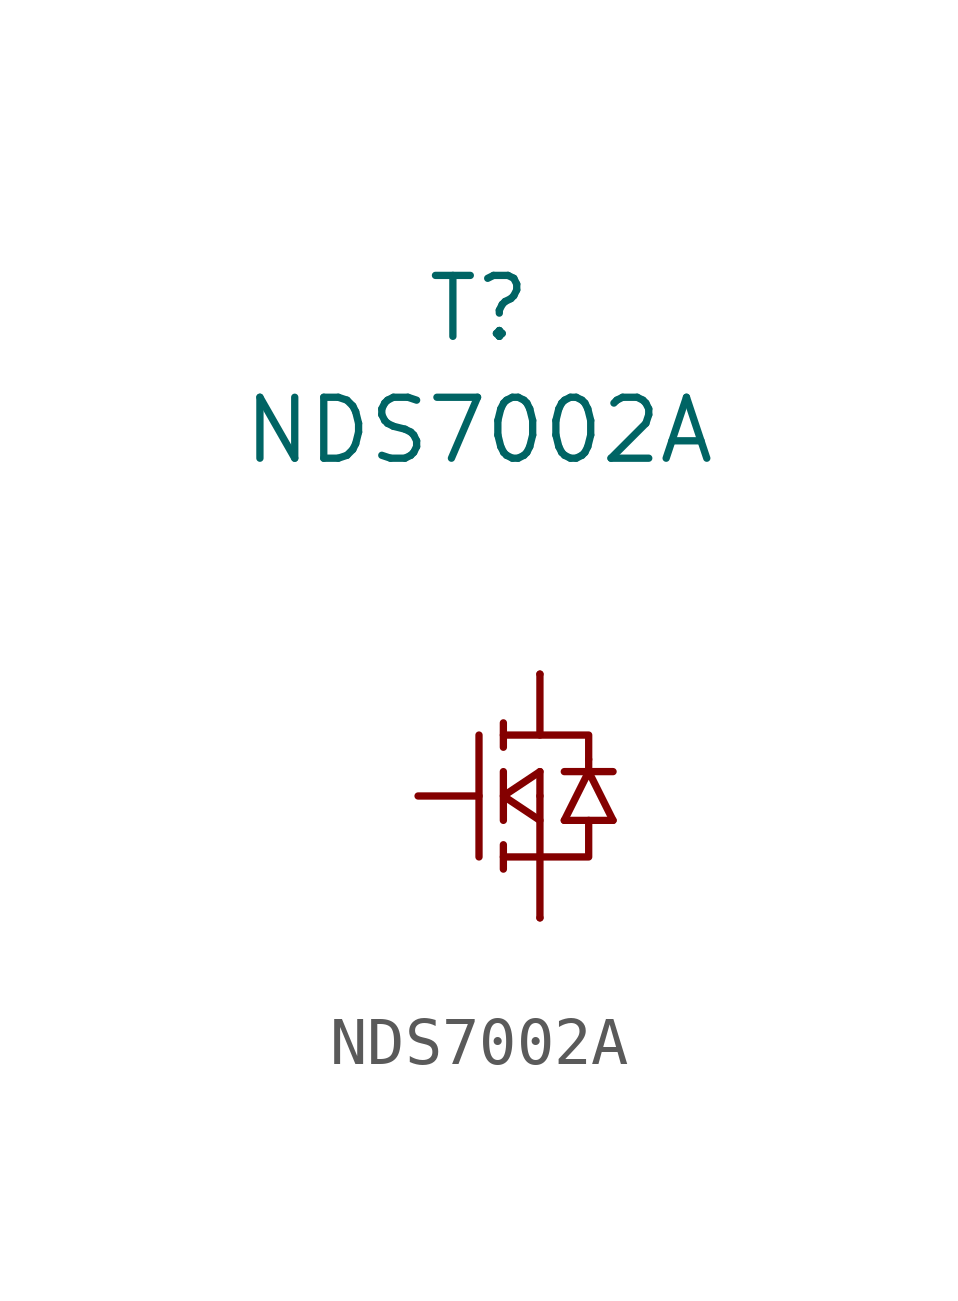
<source format=kicad_sym>
(kicad_symbol_lib
  (version 20220914)
  (generator kicad_symbol_editor)
  (symbol "NDS7002A"
    (pin_numbers hide)
    (pin_names
      (offset 1.016) hide)
    (property "Reference" "T"
      (at -1.27 10.16 0)
      (effects (font (size 1.27 1.27))))
    (property "Value" "NDS7002A"
      (at -1.27 7.62 0)
      (effects (font (size 1.27 1.27))))
    (symbol "NDS7002A_0_1"
      (polyline (pts (xy -1.27 1.27) (xy -1.27 -1.27)) (stroke (width 0) (type solid)) (fill (type none)))
      (polyline (pts (xy -0.762 -1.016) (xy -0.762 -1.524)) (stroke (width 0) (type solid)) (fill (type none)))
      (polyline (pts (xy -0.762 0.508) (xy -0.762 -0.508)) (stroke (width 0) (type solid)) (fill (type none)))
      (polyline (pts (xy -0.762 1.524) (xy -0.762 1.016)) (stroke (width 0) (type solid)) (fill (type none)))
      (polyline (pts (xy 0 -1.27) (xy 0 -2.54)) (stroke (width 0) (type solid)) (fill (type none)))
      (polyline (pts (xy 0 0) (xy 0 -1.27)) (stroke (width 0) (type solid)) (fill (type none)))
      (polyline (pts (xy 0 0) (xy 0 0.508)) (stroke (width 0) (type solid)) (fill (type none)))
      (polyline (pts (xy 0 1.27) (xy 0 2.54)) (stroke (width 0) (type solid)) (fill (type none)))
      (polyline (pts (xy 0.508 -0.508) (xy 1.524 -0.508)) (stroke (width 0) (type solid)) (fill (type none)))
      (polyline (pts (xy 0.508 0.508) (xy 1.524 0.508)) (stroke (width 0) (type solid)) (fill (type none)))
      (polyline (pts (xy 1.016 0.508) (xy 1.016 0.762)) (stroke (width 0) (type solid)) (fill (type none)))
      (polyline (pts (xy -0.762 -1.27) (xy 1.016 -1.27) (xy 1.016 -0.508)) (stroke (width 0) (type solid)) (fill (type none)))
      (polyline (pts (xy -0.762 1.27) (xy 1.016 1.27) (xy 1.016 0.762)) (stroke (width 0) (type solid)) (fill (type none)))
      (polyline (pts (xy 0 0.508) (xy -0.762 0) (xy 0 -0.508)) (stroke (width 0) (type solid)) (fill (type none)))
      (polyline (pts (xy 0.508 -0.508) (xy 1.016 0.508) (xy 1.524 -0.508)) (stroke (width 0) (type solid)) (fill (type none))))
    (symbol "NDS7002A_1_1"
      (pin input line (at -2.54 0 0) (length 1.27) (name "G" (effects (font (size 1.27 1.27)))) (number "1" (effects (font (size 1.27 1.27)))))
      (pin passive line (at 0 -2.54 0) (length 0) (name "S" (effects (font (size 1.27 1.27)))) (number "2" (effects (font (size 1.27 1.27)))))
      (pin passive line (at 0 2.54 0) (length 0) (name "D" (effects (font (size 1.27 1.27)))) (number "3" (effects (font (size 1.27 1.27))))))))
</source>
